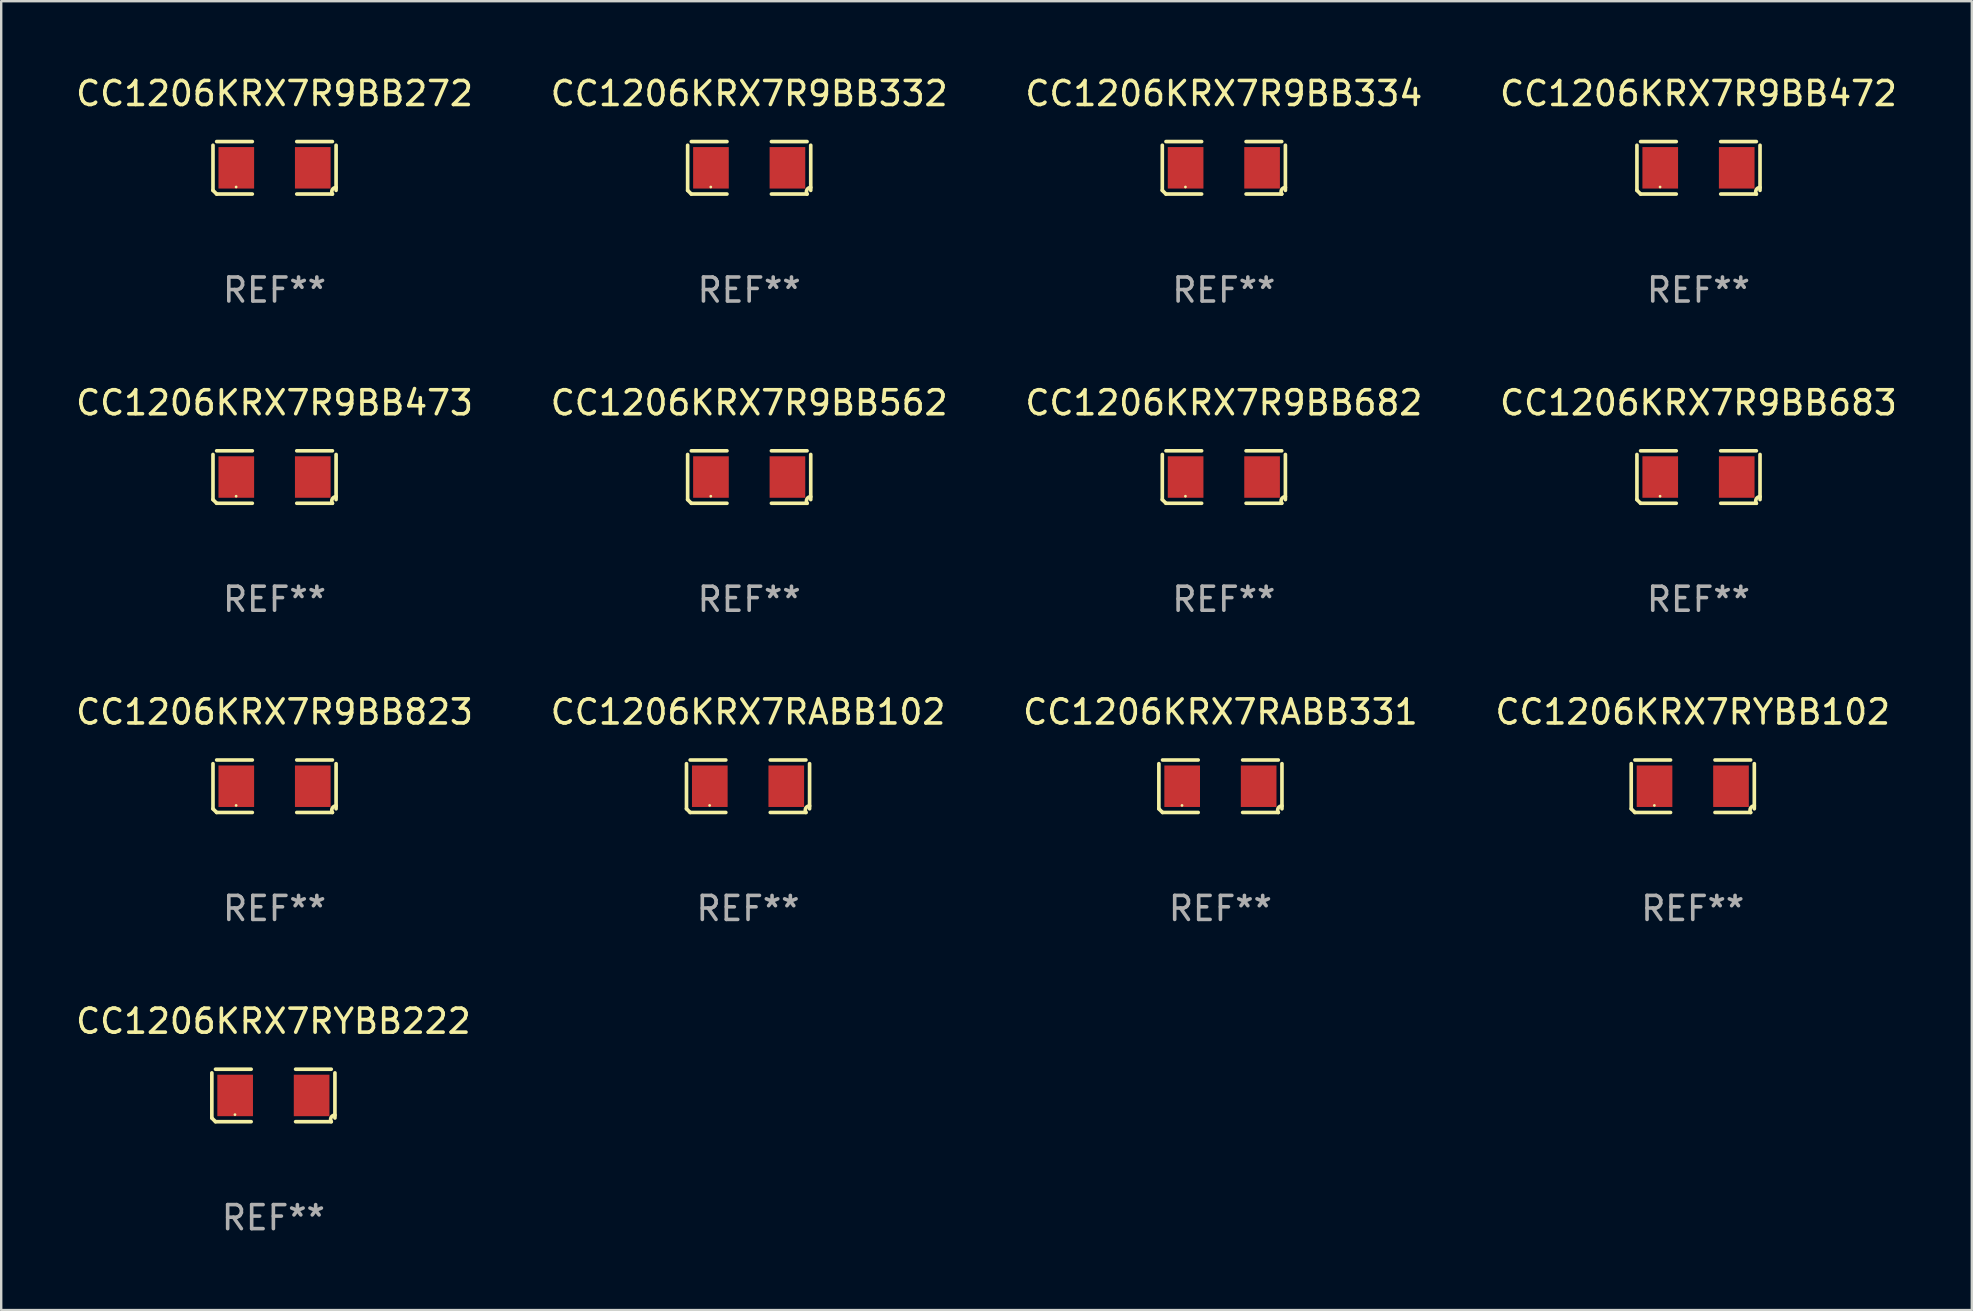
<source format=kicad_pcb>
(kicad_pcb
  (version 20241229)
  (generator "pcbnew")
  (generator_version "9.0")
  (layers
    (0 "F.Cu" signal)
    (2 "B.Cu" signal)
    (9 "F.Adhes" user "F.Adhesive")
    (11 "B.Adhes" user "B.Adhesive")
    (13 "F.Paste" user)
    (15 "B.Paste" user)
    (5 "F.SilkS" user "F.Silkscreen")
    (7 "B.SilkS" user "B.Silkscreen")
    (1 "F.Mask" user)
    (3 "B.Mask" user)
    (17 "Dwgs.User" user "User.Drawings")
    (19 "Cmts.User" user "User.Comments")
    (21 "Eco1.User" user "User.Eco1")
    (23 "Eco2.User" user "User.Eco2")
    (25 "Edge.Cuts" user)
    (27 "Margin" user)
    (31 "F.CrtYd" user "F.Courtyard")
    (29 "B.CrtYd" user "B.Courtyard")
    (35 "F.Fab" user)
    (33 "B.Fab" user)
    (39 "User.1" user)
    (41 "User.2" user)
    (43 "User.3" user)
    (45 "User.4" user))
  (footprint "CC1206KRX7R9BB472"
    (layer "F.Cu")
    (at 67.708 3.941)
    (property "Reference" "CC1206KRX7R9BB472" (at 0 -3.093 0) (layer "F.SilkS") (effects (font (size 1 1) (thickness 0.15))))
    (attr through_hole)
    (fp_line (start -2.564 0.94) (end -2.564 -0.94) (stroke (width 0.152) (type solid)) (layer "F.SilkS"))
    (fp_line (start -2.411 -1.093) (end -0.926 -1.093) (stroke (width 0.152) (type solid)) (layer "F.SilkS"))
    (fp_line (start -0.926 1.093) (end -2.411 1.093) (stroke (width 0.152) (type solid)) (layer "F.SilkS"))
    (fp_line (start 0.926 1.093) (end 2.411 1.093) (stroke (width 0.152) (type solid)) (layer "F.SilkS"))
    (fp_line (start 2.411 -1.093) (end 0.926 -1.093) (stroke (width 0.152) (type solid)) (layer "F.SilkS"))
    (fp_line (start 2.564 0.94) (end 2.564 -0.94) (stroke (width 0.152) (type solid)) (layer "F.SilkS"))
    (fp_arc (start -2.411201 1.092609) (mid -2.487413 1.01642) (end -2.563602 0.940208) (stroke (width 0.1524) (type solid)) (layer "F.SilkS"))
    (fp_arc (start 2.411201 1.092609) (mid 2.407159 0.911226) (end 2.563602 0.819347) (stroke (width 0.1524) (type solid)) (layer "F.SilkS"))
    (fp_circle (center -1.6 0.8) (end -1.57 0.8) (stroke (width 0.06) (type solid)) (fill no) (layer "F.SilkS"))
    (fp_text user "REF**" (at 0 5.093 0) (layer "F.Fab") (effects (font (size 1 1) (thickness 0.15))))
    (pad "1" smd rect (at -1.593 0) (size 1.485 1.728) (layers "F.Cu" "F.Mask" "F.Paste"))
    (pad "2" smd rect (at 1.593 0) (size 1.485 1.728) (layers "F.Cu" "F.Mask" "F.Paste")))
  (footprint "CC1206KRX7R9BB334"
    (layer "F.Cu")
    (at 47.935 3.941)
    (property "Reference" "CC1206KRX7R9BB334" (at 0 -3.093 0) (layer "F.SilkS") (effects (font (size 1 1) (thickness 0.15))))
    (attr through_hole)
    (fp_line (start -2.564 0.94) (end -2.564 -0.94) (stroke (width 0.152) (type solid)) (layer "F.SilkS"))
    (fp_line (start -2.411 -1.093) (end -0.926 -1.093) (stroke (width 0.152) (type solid)) (layer "F.SilkS"))
    (fp_line (start -0.926 1.093) (end -2.411 1.093) (stroke (width 0.152) (type solid)) (layer "F.SilkS"))
    (fp_line (start 0.926 1.093) (end 2.411 1.093) (stroke (width 0.152) (type solid)) (layer "F.SilkS"))
    (fp_line (start 2.411 -1.093) (end 0.926 -1.093) (stroke (width 0.152) (type solid)) (layer "F.SilkS"))
    (fp_line (start 2.564 0.94) (end 2.564 -0.94) (stroke (width 0.152) (type solid)) (layer "F.SilkS"))
    (fp_arc (start -2.411201 1.092609) (mid -2.487413 1.01642) (end -2.563602 0.940208) (stroke (width 0.1524) (type solid)) (layer "F.SilkS"))
    (fp_arc (start 2.411201 1.092609) (mid 2.407159 0.911226) (end 2.563602 0.819347) (stroke (width 0.1524) (type solid)) (layer "F.SilkS"))
    (fp_circle (center -1.6 0.8) (end -1.57 0.8) (stroke (width 0.06) (type solid)) (fill no) (layer "F.SilkS"))
    (fp_text user "REF**" (at 0 5.093 0) (layer "F.Fab") (effects (font (size 1 1) (thickness 0.15))))
    (pad "1" smd rect (at -1.593 0) (size 1.485 1.728) (layers "F.Cu" "F.Mask" "F.Paste"))
    (pad "2" smd rect (at 1.593 0) (size 1.485 1.728) (layers "F.Cu" "F.Mask" "F.Paste")))
  (footprint "CC1206KRX7R9BB473"
    (layer "F.Cu")
    (at 8.387 16.823)
    (property "Reference" "CC1206KRX7R9BB473" (at 0 -3.093 0) (layer "F.SilkS") (effects (font (size 1 1) (thickness 0.15))))
    (attr through_hole)
    (fp_line (start -2.564 0.94) (end -2.564 -0.94) (stroke (width 0.152) (type solid)) (layer "F.SilkS"))
    (fp_line (start -2.411 -1.093) (end -0.926 -1.093) (stroke (width 0.152) (type solid)) (layer "F.SilkS"))
    (fp_line (start -0.926 1.093) (end -2.411 1.093) (stroke (width 0.152) (type solid)) (layer "F.SilkS"))
    (fp_line (start 0.926 1.093) (end 2.411 1.093) (stroke (width 0.152) (type solid)) (layer "F.SilkS"))
    (fp_line (start 2.411 -1.093) (end 0.926 -1.093) (stroke (width 0.152) (type solid)) (layer "F.SilkS"))
    (fp_line (start 2.564 0.94) (end 2.564 -0.94) (stroke (width 0.152) (type solid)) (layer "F.SilkS"))
    (fp_arc (start -2.411201 1.092609) (mid -2.487413 1.01642) (end -2.563602 0.940208) (stroke (width 0.1524) (type solid)) (layer "F.SilkS"))
    (fp_arc (start 2.411201 1.092609) (mid 2.407159 0.911226) (end 2.563602 0.819347) (stroke (width 0.1524) (type solid)) (layer "F.SilkS"))
    (fp_circle (center -1.6 0.8) (end -1.57 0.8) (stroke (width 0.06) (type solid)) (fill no) (layer "F.SilkS"))
    (fp_text user "REF**" (at 0 5.093 0) (layer "F.Fab") (effects (font (size 1 1) (thickness 0.15))))
    (pad "1" smd rect (at -1.593 0) (size 1.485 1.728) (layers "F.Cu" "F.Mask" "F.Paste"))
    (pad "2" smd rect (at 1.593 0) (size 1.485 1.728) (layers "F.Cu" "F.Mask" "F.Paste")))
  (footprint "CC1206KRX7R9BB272"
    (layer "F.Cu")
    (at 8.387 3.941)
    (property "Reference" "CC1206KRX7R9BB272" (at 0 -3.093 0) (layer "F.SilkS") (effects (font (size 1 1) (thickness 0.15))))
    (attr through_hole)
    (fp_line (start -2.564 0.94) (end -2.564 -0.94) (stroke (width 0.152) (type solid)) (layer "F.SilkS"))
    (fp_line (start -2.411 -1.093) (end -0.926 -1.093) (stroke (width 0.152) (type solid)) (layer "F.SilkS"))
    (fp_line (start -0.926 1.093) (end -2.411 1.093) (stroke (width 0.152) (type solid)) (layer "F.SilkS"))
    (fp_line (start 0.926 1.093) (end 2.411 1.093) (stroke (width 0.152) (type solid)) (layer "F.SilkS"))
    (fp_line (start 2.411 -1.093) (end 0.926 -1.093) (stroke (width 0.152) (type solid)) (layer "F.SilkS"))
    (fp_line (start 2.564 0.94) (end 2.564 -0.94) (stroke (width 0.152) (type solid)) (layer "F.SilkS"))
    (fp_arc (start -2.411201 1.092609) (mid -2.487413 1.01642) (end -2.563602 0.940208) (stroke (width 0.1524) (type solid)) (layer "F.SilkS"))
    (fp_arc (start 2.411201 1.092609) (mid 2.407159 0.911226) (end 2.563602 0.819347) (stroke (width 0.1524) (type solid)) (layer "F.SilkS"))
    (fp_circle (center -1.6 0.8) (end -1.57 0.8) (stroke (width 0.06) (type solid)) (fill no) (layer "F.SilkS"))
    (fp_text user "REF**" (at 0 5.093 0) (layer "F.Fab") (effects (font (size 1 1) (thickness 0.15))))
    (pad "1" smd rect (at -1.593 0) (size 1.485 1.728) (layers "F.Cu" "F.Mask" "F.Paste"))
    (pad "2" smd rect (at 1.593 0) (size 1.485 1.728) (layers "F.Cu" "F.Mask" "F.Paste")))
  (footprint "CC1206KRX7R9BB823"
    (layer "F.Cu")
    (at 8.387 29.704)
    (property "Reference" "CC1206KRX7R9BB823" (at 0 -3.093 0) (layer "F.SilkS") (effects (font (size 1 1) (thickness 0.15))))
    (attr through_hole)
    (fp_line (start -2.564 0.94) (end -2.564 -0.94) (stroke (width 0.152) (type solid)) (layer "F.SilkS"))
    (fp_line (start -2.411 -1.093) (end -0.926 -1.093) (stroke (width 0.152) (type solid)) (layer "F.SilkS"))
    (fp_line (start -0.926 1.093) (end -2.411 1.093) (stroke (width 0.152) (type solid)) (layer "F.SilkS"))
    (fp_line (start 0.926 1.093) (end 2.411 1.093) (stroke (width 0.152) (type solid)) (layer "F.SilkS"))
    (fp_line (start 2.411 -1.093) (end 0.926 -1.093) (stroke (width 0.152) (type solid)) (layer "F.SilkS"))
    (fp_line (start 2.564 0.94) (end 2.564 -0.94) (stroke (width 0.152) (type solid)) (layer "F.SilkS"))
    (fp_arc (start -2.411201 1.092609) (mid -2.487413 1.01642) (end -2.563602 0.940208) (stroke (width 0.1524) (type solid)) (layer "F.SilkS"))
    (fp_arc (start 2.411201 1.092609) (mid 2.407159 0.911226) (end 2.563602 0.819347) (stroke (width 0.1524) (type solid)) (layer "F.SilkS"))
    (fp_circle (center -1.6 0.8) (end -1.57 0.8) (stroke (width 0.06) (type solid)) (fill no) (layer "F.SilkS"))
    (fp_text user "REF**" (at 0 5.093 0) (layer "F.Fab") (effects (font (size 1 1) (thickness 0.15))))
    (pad "1" smd rect (at -1.593 0) (size 1.485 1.728) (layers "F.Cu" "F.Mask" "F.Paste"))
    (pad "2" smd rect (at 1.593 0) (size 1.485 1.728) (layers "F.Cu" "F.Mask" "F.Paste")))
  (footprint "CC1206KRX7R9BB332"
    (layer "F.Cu")
    (at 28.161 3.941)
    (property "Reference" "CC1206KRX7R9BB332" (at 0 -3.093 0) (layer "F.SilkS") (effects (font (size 1 1) (thickness 0.15))))
    (attr through_hole)
    (fp_line (start -2.564 0.94) (end -2.564 -0.94) (stroke (width 0.152) (type solid)) (layer "F.SilkS"))
    (fp_line (start -2.411 -1.093) (end -0.926 -1.093) (stroke (width 0.152) (type solid)) (layer "F.SilkS"))
    (fp_line (start -0.926 1.093) (end -2.411 1.093) (stroke (width 0.152) (type solid)) (layer "F.SilkS"))
    (fp_line (start 0.926 1.093) (end 2.411 1.093) (stroke (width 0.152) (type solid)) (layer "F.SilkS"))
    (fp_line (start 2.411 -1.093) (end 0.926 -1.093) (stroke (width 0.152) (type solid)) (layer "F.SilkS"))
    (fp_line (start 2.564 0.94) (end 2.564 -0.94) (stroke (width 0.152) (type solid)) (layer "F.SilkS"))
    (fp_arc (start -2.411201 1.092609) (mid -2.487413 1.01642) (end -2.563602 0.940208) (stroke (width 0.1524) (type solid)) (layer "F.SilkS"))
    (fp_arc (start 2.411201 1.092609) (mid 2.407159 0.911226) (end 2.563602 0.819347) (stroke (width 0.1524) (type solid)) (layer "F.SilkS"))
    (fp_circle (center -1.6 0.8) (end -1.57 0.8) (stroke (width 0.06) (type solid)) (fill no) (layer "F.SilkS"))
    (fp_text user "REF**" (at 0 5.093 0) (layer "F.Fab") (effects (font (size 1 1) (thickness 0.15))))
    (pad "1" smd rect (at -1.593 0) (size 1.485 1.728) (layers "F.Cu" "F.Mask" "F.Paste"))
    (pad "2" smd rect (at 1.593 0) (size 1.485 1.728) (layers "F.Cu" "F.Mask" "F.Paste")))
  (footprint "CC1206KRX7RYBB222"
    (layer "F.Cu")
    (at 8.339 42.586)
    (property "Reference" "CC1206KRX7RYBB222" (at 0 -3.093 0) (layer "F.SilkS") (effects (font (size 1 1) (thickness 0.15))))
    (attr through_hole)
    (fp_line (start -2.564 0.94) (end -2.564 -0.94) (stroke (width 0.152) (type solid)) (layer "F.SilkS"))
    (fp_line (start -2.411 -1.093) (end -0.926 -1.093) (stroke (width 0.152) (type solid)) (layer "F.SilkS"))
    (fp_line (start -0.926 1.093) (end -2.411 1.093) (stroke (width 0.152) (type solid)) (layer "F.SilkS"))
    (fp_line (start 0.926 1.093) (end 2.411 1.093) (stroke (width 0.152) (type solid)) (layer "F.SilkS"))
    (fp_line (start 2.411 -1.093) (end 0.926 -1.093) (stroke (width 0.152) (type solid)) (layer "F.SilkS"))
    (fp_line (start 2.564 0.94) (end 2.564 -0.94) (stroke (width 0.152) (type solid)) (layer "F.SilkS"))
    (fp_arc (start -2.411201 1.092609) (mid -2.487413 1.01642) (end -2.563602 0.940208) (stroke (width 0.1524) (type solid)) (layer "F.SilkS"))
    (fp_arc (start 2.411201 1.092609) (mid 2.407159 0.911226) (end 2.563602 0.819347) (stroke (width 0.1524) (type solid)) (layer "F.SilkS"))
    (fp_circle (center -1.6 0.8) (end -1.57 0.8) (stroke (width 0.06) (type solid)) (fill no) (layer "F.SilkS"))
    (fp_text user "REF**" (at 0 5.093 0) (layer "F.Fab") (effects (font (size 1 1) (thickness 0.15))))
    (pad "1" smd rect (at -1.593 0) (size 1.485 1.728) (layers "F.Cu" "F.Mask" "F.Paste"))
    (pad "2" smd rect (at 1.593 0) (size 1.485 1.728) (layers "F.Cu" "F.Mask" "F.Paste")))
  (footprint "CC1206KRX7R9BB683"
    (layer "F.Cu")
    (at 67.708 16.823)
    (property "Reference" "CC1206KRX7R9BB683" (at 0 -3.093 0) (layer "F.SilkS") (effects (font (size 1 1) (thickness 0.15))))
    (attr through_hole)
    (fp_line (start -2.564 0.94) (end -2.564 -0.94) (stroke (width 0.152) (type solid)) (layer "F.SilkS"))
    (fp_line (start -2.411 -1.093) (end -0.926 -1.093) (stroke (width 0.152) (type solid)) (layer "F.SilkS"))
    (fp_line (start -0.926 1.093) (end -2.411 1.093) (stroke (width 0.152) (type solid)) (layer "F.SilkS"))
    (fp_line (start 0.926 1.093) (end 2.411 1.093) (stroke (width 0.152) (type solid)) (layer "F.SilkS"))
    (fp_line (start 2.411 -1.093) (end 0.926 -1.093) (stroke (width 0.152) (type solid)) (layer "F.SilkS"))
    (fp_line (start 2.564 0.94) (end 2.564 -0.94) (stroke (width 0.152) (type solid)) (layer "F.SilkS"))
    (fp_arc (start -2.411201 1.092609) (mid -2.487413 1.01642) (end -2.563602 0.940208) (stroke (width 0.1524) (type solid)) (layer "F.SilkS"))
    (fp_arc (start 2.411201 1.092609) (mid 2.407159 0.911226) (end 2.563602 0.819347) (stroke (width 0.1524) (type solid)) (layer "F.SilkS"))
    (fp_circle (center -1.6 0.8) (end -1.57 0.8) (stroke (width 0.06) (type solid)) (fill no) (layer "F.SilkS"))
    (fp_text user "REF**" (at 0 5.093 0) (layer "F.Fab") (effects (font (size 1 1) (thickness 0.15))))
    (pad "1" smd rect (at -1.593 0) (size 1.485 1.728) (layers "F.Cu" "F.Mask" "F.Paste"))
    (pad "2" smd rect (at 1.593 0) (size 1.485 1.728) (layers "F.Cu" "F.Mask" "F.Paste")))
  (footprint "CC1206KRX7R9BB682"
    (layer "F.Cu")
    (at 47.935 16.823)
    (property "Reference" "CC1206KRX7R9BB682" (at 0 -3.093 0) (layer "F.SilkS") (effects (font (size 1 1) (thickness 0.15))))
    (attr through_hole)
    (fp_line (start -2.564 0.94) (end -2.564 -0.94) (stroke (width 0.152) (type solid)) (layer "F.SilkS"))
    (fp_line (start -2.411 -1.093) (end -0.926 -1.093) (stroke (width 0.152) (type solid)) (layer "F.SilkS"))
    (fp_line (start -0.926 1.093) (end -2.411 1.093) (stroke (width 0.152) (type solid)) (layer "F.SilkS"))
    (fp_line (start 0.926 1.093) (end 2.411 1.093) (stroke (width 0.152) (type solid)) (layer "F.SilkS"))
    (fp_line (start 2.411 -1.093) (end 0.926 -1.093) (stroke (width 0.152) (type solid)) (layer "F.SilkS"))
    (fp_line (start 2.564 0.94) (end 2.564 -0.94) (stroke (width 0.152) (type solid)) (layer "F.SilkS"))
    (fp_arc (start -2.411201 1.092609) (mid -2.487413 1.01642) (end -2.563602 0.940208) (stroke (width 0.1524) (type solid)) (layer "F.SilkS"))
    (fp_arc (start 2.411201 1.092609) (mid 2.407159 0.911226) (end 2.563602 0.819347) (stroke (width 0.1524) (type solid)) (layer "F.SilkS"))
    (fp_circle (center -1.6 0.8) (end -1.57 0.8) (stroke (width 0.06) (type solid)) (fill no) (layer "F.SilkS"))
    (fp_text user "REF**" (at 0 5.093 0) (layer "F.Fab") (effects (font (size 1 1) (thickness 0.15))))
    (pad "1" smd rect (at -1.593 0) (size 1.485 1.728) (layers "F.Cu" "F.Mask" "F.Paste"))
    (pad "2" smd rect (at 1.593 0) (size 1.485 1.728) (layers "F.Cu" "F.Mask" "F.Paste")))
  (footprint "CC1206KRX7RABB331"
    (layer "F.Cu")
    (at 47.792 29.704)
    (property "Reference" "CC1206KRX7RABB331" (at 0 -3.093 0) (layer "F.SilkS") (effects (font (size 1 1) (thickness 0.15))))
    (attr through_hole)
    (fp_line (start -2.564 0.94) (end -2.564 -0.94) (stroke (width 0.152) (type solid)) (layer "F.SilkS"))
    (fp_line (start -2.411 -1.093) (end -0.926 -1.093) (stroke (width 0.152) (type solid)) (layer "F.SilkS"))
    (fp_line (start -0.926 1.093) (end -2.411 1.093) (stroke (width 0.152) (type solid)) (layer "F.SilkS"))
    (fp_line (start 0.926 1.093) (end 2.411 1.093) (stroke (width 0.152) (type solid)) (layer "F.SilkS"))
    (fp_line (start 2.411 -1.093) (end 0.926 -1.093) (stroke (width 0.152) (type solid)) (layer "F.SilkS"))
    (fp_line (start 2.564 0.94) (end 2.564 -0.94) (stroke (width 0.152) (type solid)) (layer "F.SilkS"))
    (fp_arc (start -2.411201 1.092609) (mid -2.487413 1.01642) (end -2.563602 0.940208) (stroke (width 0.1524) (type solid)) (layer "F.SilkS"))
    (fp_arc (start 2.411201 1.092609) (mid 2.407159 0.911226) (end 2.563602 0.819347) (stroke (width 0.1524) (type solid)) (layer "F.SilkS"))
    (fp_circle (center -1.6 0.8) (end -1.57 0.8) (stroke (width 0.06) (type solid)) (fill no) (layer "F.SilkS"))
    (fp_text user "REF**" (at 0 5.093 0) (layer "F.Fab") (effects (font (size 1 1) (thickness 0.15))))
    (pad "1" smd rect (at -1.593 0) (size 1.485 1.728) (layers "F.Cu" "F.Mask" "F.Paste"))
    (pad "2" smd rect (at 1.593 0) (size 1.485 1.728) (layers "F.Cu" "F.Mask" "F.Paste")))
  (footprint "CC1206KRX7R9BB562"
    (layer "F.Cu")
    (at 28.161 16.823)
    (property "Reference" "CC1206KRX7R9BB562" (at 0 -3.093 0) (layer "F.SilkS") (effects (font (size 1 1) (thickness 0.15))))
    (attr through_hole)
    (fp_line (start -2.564 0.94) (end -2.564 -0.94) (stroke (width 0.152) (type solid)) (layer "F.SilkS"))
    (fp_line (start -2.411 -1.093) (end -0.926 -1.093) (stroke (width 0.152) (type solid)) (layer "F.SilkS"))
    (fp_line (start -0.926 1.093) (end -2.411 1.093) (stroke (width 0.152) (type solid)) (layer "F.SilkS"))
    (fp_line (start 0.926 1.093) (end 2.411 1.093) (stroke (width 0.152) (type solid)) (layer "F.SilkS"))
    (fp_line (start 2.411 -1.093) (end 0.926 -1.093) (stroke (width 0.152) (type solid)) (layer "F.SilkS"))
    (fp_line (start 2.564 0.94) (end 2.564 -0.94) (stroke (width 0.152) (type solid)) (layer "F.SilkS"))
    (fp_arc (start -2.411201 1.092609) (mid -2.487413 1.01642) (end -2.563602 0.940208) (stroke (width 0.1524) (type solid)) (layer "F.SilkS"))
    (fp_arc (start 2.411201 1.092609) (mid 2.407159 0.911226) (end 2.563602 0.819347) (stroke (width 0.1524) (type solid)) (layer "F.SilkS"))
    (fp_circle (center -1.6 0.8) (end -1.57 0.8) (stroke (width 0.06) (type solid)) (fill no) (layer "F.SilkS"))
    (fp_text user "REF**" (at 0 5.093 0) (layer "F.Fab") (effects (font (size 1 1) (thickness 0.15))))
    (pad "1" smd rect (at -1.593 0) (size 1.485 1.728) (layers "F.Cu" "F.Mask" "F.Paste"))
    (pad "2" smd rect (at 1.593 0) (size 1.485 1.728) (layers "F.Cu" "F.Mask" "F.Paste")))
  (footprint "CC1206KRX7RYBB102"
    (layer "F.Cu")
    (at 67.47 29.704)
    (property "Reference" "CC1206KRX7RYBB102" (at 0 -3.093 0) (layer "F.SilkS") (effects (font (size 1 1) (thickness 0.15))))
    (attr through_hole)
    (fp_line (start -2.564 0.94) (end -2.564 -0.94) (stroke (width 0.152) (type solid)) (layer "F.SilkS"))
    (fp_line (start -2.411 -1.093) (end -0.926 -1.093) (stroke (width 0.152) (type solid)) (layer "F.SilkS"))
    (fp_line (start -0.926 1.093) (end -2.411 1.093) (stroke (width 0.152) (type solid)) (layer "F.SilkS"))
    (fp_line (start 0.926 1.093) (end 2.411 1.093) (stroke (width 0.152) (type solid)) (layer "F.SilkS"))
    (fp_line (start 2.411 -1.093) (end 0.926 -1.093) (stroke (width 0.152) (type solid)) (layer "F.SilkS"))
    (fp_line (start 2.564 0.94) (end 2.564 -0.94) (stroke (width 0.152) (type solid)) (layer "F.SilkS"))
    (fp_arc (start -2.411201 1.092609) (mid -2.487413 1.01642) (end -2.563602 0.940208) (stroke (width 0.1524) (type solid)) (layer "F.SilkS"))
    (fp_arc (start 2.411201 1.092609) (mid 2.407159 0.911226) (end 2.563602 0.819347) (stroke (width 0.1524) (type solid)) (layer "F.SilkS"))
    (fp_circle (center -1.6 0.8) (end -1.57 0.8) (stroke (width 0.06) (type solid)) (fill no) (layer "F.SilkS"))
    (fp_text user "REF**" (at 0 5.093 0) (layer "F.Fab") (effects (font (size 1 1) (thickness 0.15))))
    (pad "1" smd rect (at -1.593 0) (size 1.485 1.728) (layers "F.Cu" "F.Mask" "F.Paste"))
    (pad "2" smd rect (at 1.593 0) (size 1.485 1.728) (layers "F.Cu" "F.Mask" "F.Paste")))
  (footprint "CC1206KRX7RABB102"
    (layer "F.Cu")
    (at 28.113 29.704)
    (property "Reference" "CC1206KRX7RABB102" (at 0 -3.093 0) (layer "F.SilkS") (effects (font (size 1 1) (thickness 0.15))))
    (attr through_hole)
    (fp_line (start -2.564 0.94) (end -2.564 -0.94) (stroke (width 0.152) (type solid)) (layer "F.SilkS"))
    (fp_line (start -2.411 -1.093) (end -0.926 -1.093) (stroke (width 0.152) (type solid)) (layer "F.SilkS"))
    (fp_line (start -0.926 1.093) (end -2.411 1.093) (stroke (width 0.152) (type solid)) (layer "F.SilkS"))
    (fp_line (start 0.926 1.093) (end 2.411 1.093) (stroke (width 0.152) (type solid)) (layer "F.SilkS"))
    (fp_line (start 2.411 -1.093) (end 0.926 -1.093) (stroke (width 0.152) (type solid)) (layer "F.SilkS"))
    (fp_line (start 2.564 0.94) (end 2.564 -0.94) (stroke (width 0.152) (type solid)) (layer "F.SilkS"))
    (fp_arc (start -2.411201 1.092609) (mid -2.487413 1.01642) (end -2.563602 0.940208) (stroke (width 0.1524) (type solid)) (layer "F.SilkS"))
    (fp_arc (start 2.411201 1.092609) (mid 2.407159 0.911226) (end 2.563602 0.819347) (stroke (width 0.1524) (type solid)) (layer "F.SilkS"))
    (fp_circle (center -1.6 0.8) (end -1.57 0.8) (stroke (width 0.06) (type solid)) (fill no) (layer "F.SilkS"))
    (fp_text user "REF**" (at 0 5.093 0) (layer "F.Fab") (effects (font (size 1 1) (thickness 0.15))))
    (pad "1" smd rect (at -1.593 0) (size 1.485 1.728) (layers "F.Cu" "F.Mask" "F.Paste"))
    (pad "2" smd rect (at 1.593 0) (size 1.485 1.728) (layers "F.Cu" "F.Mask" "F.Paste")))
  (gr_rect
    (start -3 -3)
    (end 79.095 51.527)
    (stroke (width 0.1) (type default))
    (fill no)
    (layer "Edge.Cuts")))
</source>
